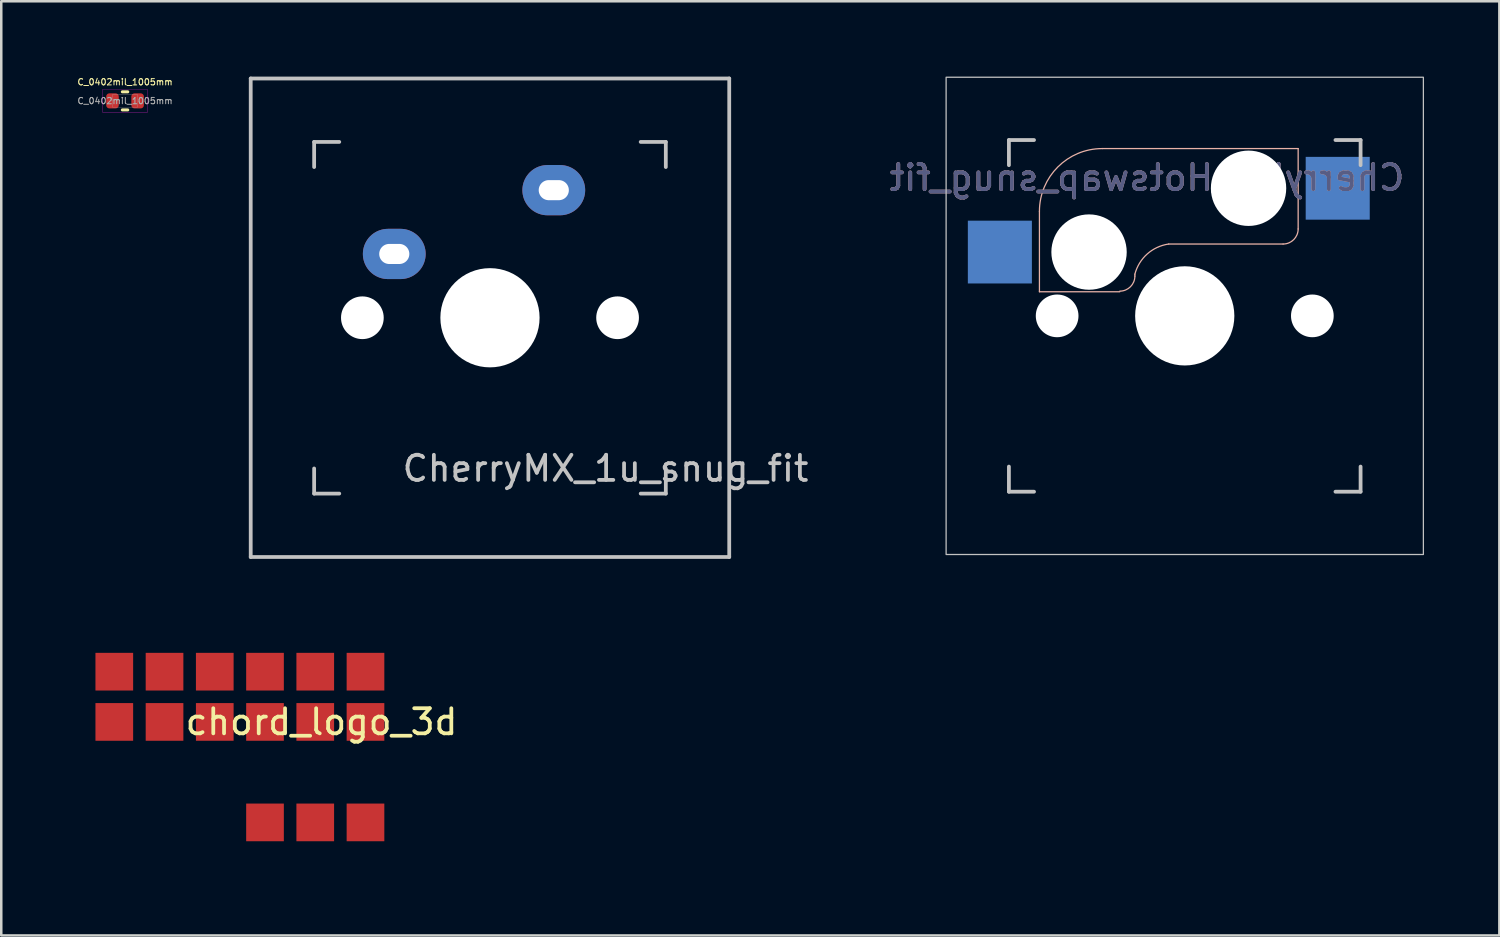
<source format=kicad_pcb>
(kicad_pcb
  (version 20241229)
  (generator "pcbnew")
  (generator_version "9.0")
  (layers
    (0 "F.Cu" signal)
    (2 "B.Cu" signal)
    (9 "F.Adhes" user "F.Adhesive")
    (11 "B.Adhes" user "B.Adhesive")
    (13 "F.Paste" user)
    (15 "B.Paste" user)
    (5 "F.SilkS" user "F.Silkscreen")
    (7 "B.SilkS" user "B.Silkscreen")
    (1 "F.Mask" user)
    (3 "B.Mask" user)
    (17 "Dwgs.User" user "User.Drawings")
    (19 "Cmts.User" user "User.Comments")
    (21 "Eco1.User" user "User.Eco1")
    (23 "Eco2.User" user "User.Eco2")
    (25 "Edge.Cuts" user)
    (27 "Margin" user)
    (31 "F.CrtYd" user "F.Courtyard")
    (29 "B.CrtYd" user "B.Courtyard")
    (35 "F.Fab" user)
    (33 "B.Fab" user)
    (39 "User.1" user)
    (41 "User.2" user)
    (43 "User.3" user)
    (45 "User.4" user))
  (footprint "C_0402mil_1005mm"
    (layer "F.Cu")
    (at 1.928 0.966)
    (property "Reference" "C_0402mil_1005mm" (at 0 -0.75 0) (layer "F.SilkS") (effects (font (size 0.25 0.25) (thickness 0.04))))
    (attr smd)
    (fp_line (start -0.108 -0.36) (end 0.108 -0.36) (stroke (width 0.12) (type solid)) (layer "F.SilkS"))
    (fp_line (start -0.108 0.36) (end 0.108 0.36) (stroke (width 0.12) (type solid)) (layer "F.SilkS"))
    (fp_rect (start -0.9 -0.45) (end 0.9 0.45) (stroke (width 0.01) (type solid)) (fill no) (layer "F.CrtYd"))
    (fp_rect (start -0.5 -0.25) (end 0.5 0.25) (stroke (width 0.01) (type solid)) (fill no) (layer "F.Fab"))
    (fp_text user "${REFERENCE}" (at 0 0 0) (layer "F.Fab") (effects (font (size 0.25 0.25) (thickness 0.04))))
    (pad "1" smd roundrect (at -0.5 0) (size 0.5 0.6) (layers "F.Cu" "F.Mask" "F.Paste") (roundrect_rratio 0.25))
    (pad "2" smd roundrect (at 0.5 0) (size 0.5 0.6) (layers "F.Cu" "F.Mask" "F.Paste") (roundrect_rratio 0.25)))
  (footprint "CherryMX_1u_snug_fit"
    (layer "F.Cu")
    (at 16.456 9.6)
    (property "Reference" "CherryMX_1u_snug_fit" (at 4.6 6 180) (layer "Dwgs.User") (effects (font (size 1 1) (thickness 0.15))))
    (attr through_hole)
    (fp_line (start -9.525 -9.525) (end 9.525 -9.525) (stroke (width 0.15) (type solid)) (layer "Dwgs.User"))
    (fp_line (start -9.525 9.525) (end -9.525 -9.525) (stroke (width 0.15) (type solid)) (layer "Dwgs.User"))
    (fp_line (start -7 -7) (end -6 -7) (stroke (width 0.15) (type solid)) (layer "Dwgs.User"))
    (fp_line (start -7 -6) (end -7 -7) (stroke (width 0.15) (type solid)) (layer "Dwgs.User"))
    (fp_line (start -7 6) (end -7 7) (stroke (width 0.15) (type solid)) (layer "Dwgs.User"))
    (fp_line (start -6 7) (end -7 7) (stroke (width 0.15) (type solid)) (layer "Dwgs.User"))
    (fp_line (start 6 7) (end 7 7) (stroke (width 0.15) (type solid)) (layer "Dwgs.User"))
    (fp_line (start 7 -7) (end 6 -7) (stroke (width 0.15) (type solid)) (layer "Dwgs.User"))
    (fp_line (start 7 -6) (end 7 -7) (stroke (width 0.15) (type solid)) (layer "Dwgs.User"))
    (fp_line (start 7 7) (end 7 6) (stroke (width 0.15) (type solid)) (layer "Dwgs.User"))
    (fp_line (start 9.525 -9.525) (end 9.525 9.525) (stroke (width 0.15) (type solid)) (layer "Dwgs.User"))
    (fp_line (start 9.525 9.525) (end -9.525 9.525) (stroke (width 0.15) (type solid)) (layer "Dwgs.User"))
    (pad "" np_thru_hole circle (at -5.08 0 90) (size 1.7 1.7) (drill 1.7) (layers "*.Cu" "*.Mask"))
    (pad "" np_thru_hole circle (at 0 0 90) (size 3.95 3.95) (drill 3.95) (layers "*.Cu" "*.Mask"))
    (pad "" np_thru_hole circle (at 5.08 0 90) (size 1.7 1.7) (drill 1.7) (layers "*.Cu" "*.Mask"))
    (pad "1" thru_hole oval (at -3.81 -2.54) (size 2.5 2) (drill oval 1.2 0.8) (layers "*.Cu" "B.Mask"))
    (pad "2" thru_hole oval (at 2.54 -5.08) (size 2.5 2) (drill oval 1.2 0.8) (layers "*.Cu" "B.Mask")))
  (footprint "CherryMX_Hotswap_snug_fit"
    (layer "F.Cu")
    (at 44.115 9.525)
    (property "Reference" "CherryMX_Hotswap_snug_fit" (at -1.5 -5.5 0) (layer "B.SilkS") (effects (font (size 1 1) (thickness 0.15)) (justify mirror)))
    (attr through_hole)
    (fp_line (start -5.785 -0.96) (end -5.785 -4.16) (stroke (width 0.05) (type solid)) (layer "B.SilkS"))
    (fp_line (start -3.285 -6.66) (end 4.515 -6.66) (stroke (width 0.05) (type solid)) (layer "B.SilkS"))
    (fp_line (start -2.585 -0.96) (end -5.785 -0.96) (stroke (width 0.05) (type solid)) (layer "B.SilkS"))
    (fp_line (start -1.985 -1.66) (end -1.985 -1.584) (stroke (width 0.05) (type solid)) (layer "B.SilkS"))
    (fp_line (start 3.915 -2.86) (end -0.638 -2.86) (stroke (width 0.05) (type solid)) (layer "B.SilkS"))
    (fp_line (start 4.515 -6.66) (end 4.515 -3.46) (stroke (width 0.05) (type solid)) (layer "B.SilkS"))
    (fp_arc (start -5.785 -4.16) (mid -5.052767 -5.927767) (end -3.285 -6.66) (stroke (width 0.05) (type solid)) (layer "B.SilkS"))
    (fp_arc (start -1.985 -1.584264) (mid -2.160736 -1.16) (end -2.585 -0.984264) (stroke (width 0.05) (type solid)) (layer "B.SilkS"))
    (fp_arc (start -1.984999 -1.66) (mid -1.493137 -2.464008) (end -0.637831 -2.86) (stroke (width 0.05) (type solid)) (layer "B.SilkS"))
    (fp_arc (start 4.515 -3.46) (mid 4.339264 -3.035736) (end 3.915 -2.86) (stroke (width 0.05) (type solid)) (layer "B.SilkS"))
    (fp_line (start -7 -7) (end -6 -7) (stroke (width 0.15) (type solid)) (layer "Dwgs.User"))
    (fp_line (start -7 -6) (end -7 -7) (stroke (width 0.15) (type solid)) (layer "Dwgs.User"))
    (fp_line (start -7 6) (end -7 7) (stroke (width 0.15) (type solid)) (layer "Dwgs.User"))
    (fp_line (start -7 7) (end -6 7) (stroke (width 0.15) (type solid)) (layer "Dwgs.User"))
    (fp_line (start 6 7) (end 7 7) (stroke (width 0.15) (type solid)) (layer "Dwgs.User"))
    (fp_line (start 7 -7) (end 6 -7) (stroke (width 0.15) (type solid)) (layer "Dwgs.User"))
    (fp_line (start 7 -7) (end 7 -6) (stroke (width 0.15) (type solid)) (layer "Dwgs.User"))
    (fp_line (start 7 7) (end 7 6) (stroke (width 0.15) (type solid)) (layer "Dwgs.User"))
    (fp_rect (start -9.5 -9.5) (end 9.5 9.5) (stroke (width 0.05) (type solid)) (fill no) (layer "Dwgs.User"))
    (fp_text user "${REFERENCE}" (at -1.5 -5.5 0) (layer "B.Fab") (effects (font (size 1 1) (thickness 0.15)) (justify mirror)))
    (pad "" np_thru_hole circle (at -5.08 0) (size 1.7 1.7) (drill 1.7) (layers "*.Cu" "*.Mask"))
    (pad "" np_thru_hole circle (at -3.81 -2.54) (size 3 3) (drill 3) (layers "*.Cu" "*.Mask"))
    (pad "" np_thru_hole circle (at 0 0) (size 3.95 3.95) (drill 3.95) (layers "*.Cu" "*.Mask"))
    (pad "" np_thru_hole circle (at 2.54 -5.08) (size 3 3) (drill 3) (layers "*.Cu" "*.Mask"))
    (pad "" np_thru_hole circle (at 5.08 0) (size 1.7 1.7) (drill 1.7) (layers "*.Cu" "*.Mask"))
    (pad "1" smd rect (at -7.36 -2.54) (size 2.55 2.5) (layers "B.Cu" "B.Mask" "B.Paste"))
    (pad "2" smd rect (at 6.09 -5.08) (size 2.55 2.5) (layers "B.Cu" "B.Mask" "B.Paste")))
  (footprint "chord_logo_3d"
    (layer "F.Cu")
    (at 9.75 26.19)
    (property "Reference" "chord_logo_3d" (at 0 -0.5 0) (unlocked yes) (layer "F.SilkS") (effects (font (size 1 1) (thickness 0.15))))
    (attr board_only exclude_from_pos_files exclude_from_bom)
    (fp_poly (pts (xy -9 0.25) (xy -8.5 0.25) (xy -8.5 1) (xy -9.75 1) (xy -9.75 -0.25) (xy -9 -0.25)) (stroke (width 0) (type solid)) (fill yes) (layer "F.Mask"))
    (fp_poly (pts (xy -3 4.25) (xy -2.5 4.25) (xy -2.5 5) (xy -3.75 5) (xy -3.75 3.75) (xy -3 3.75)) (stroke (width 0) (type solid)) (fill yes) (layer "F.Mask"))
    (fp_poly (pts (xy -9 -1.25) (xy -9 -1) (xy -9.75 -1) (xy -9.75 -2.25) (xy -9 -2.25) (xy -9 -1.75) (xy -8.5 -1.75) (xy -8.5 -1.25)) (stroke (width 0) (type solid)) (fill yes) (layer "F.Mask"))
    (fp_poly (pts (xy -7 0.25) (xy -6.5 0.25) (xy -6.5 1) (xy -7.75 1) (xy -7.75 0.25) (xy -7.5 0.25) (xy -7.5 -0.25) (xy -7 -0.25)) (stroke (width 0) (type solid)) (fill yes) (layer "F.Mask"))
    (fp_poly (pts (xy -5 0.25) (xy -4.5 0.25) (xy -4.5 1) (xy -5.75 1) (xy -5.75 0.25) (xy -5.5 0.25) (xy -5.5 -0.25) (xy -5 -0.25)) (stroke (width 0) (type solid)) (fill yes) (layer "F.Mask"))
    (fp_poly (pts (xy -3 0.25) (xy -2.5 0.25) (xy -2.5 1) (xy -3.75 1) (xy -3.75 0.25) (xy -3.5 0.25) (xy -3.5 -0.25) (xy -3 -0.25)) (stroke (width 0) (type solid)) (fill yes) (layer "F.Mask"))
    (fp_poly (pts (xy -1 0.25) (xy -0.5 0.25) (xy -0.5 1) (xy -1.75 1) (xy -1.75 0.25) (xy -1.5 0.25) (xy -1.5 -0.25) (xy -1 -0.25)) (stroke (width 0) (type solid)) (fill yes) (layer "F.Mask"))
    (fp_poly (pts (xy -1 4.25) (xy -0.5 4.25) (xy -0.5 5) (xy -1.75 5) (xy -1.75 4.25) (xy -1.5 4.25) (xy -1.5 3.75) (xy -1 3.75)) (stroke (width 0) (type solid)) (fill yes) (layer "F.Mask"))
    (fp_poly (pts (xy 1 0.25) (xy 1.5 0.25) (xy 1.5 1) (xy 0.25 1) (xy 0.25 0.25) (xy 0.5 0.25) (xy 0.5 -0.25) (xy 1 -0.25)) (stroke (width 0) (type solid)) (fill yes) (layer "F.Mask"))
    (fp_poly (pts (xy 1 4.25) (xy 1.5 4.25) (xy 1.5 5) (xy 0.25 5) (xy 0.25 4.25) (xy 0.5 4.25) (xy 0.5 3.75) (xy 1 3.75)) (stroke (width 0) (type solid)) (fill yes) (layer "F.Mask"))
    (fp_poly (pts (xy -7 -1.75) (xy -6.5 -1.75) (xy -6.5 -1.25) (xy -7 -1.25) (xy -7 -1) (xy -7.5 -1) (xy -7.5 -1.25) (xy -7.75 -1.25) (xy -7.75 -1.75) (xy -7.5 -1.75) (xy -7.5 -2.25) (xy -7 -2.25)) (stroke (width 0) (type solid)) (fill yes) (layer "F.Mask"))
    (fp_poly (pts (xy -5 -1.75) (xy -4.5 -1.75) (xy -4.5 -1.25) (xy -5 -1.25) (xy -5 -1) (xy -5.5 -1) (xy -5.5 -1.25) (xy -5.75 -1.25) (xy -5.75 -1.75) (xy -5.5 -1.75) (xy -5.5 -2.25) (xy -5 -2.25)) (stroke (width 0) (type solid)) (fill yes) (layer "F.Mask"))
    (fp_poly (pts (xy -3 -1.75) (xy -2.5 -1.75) (xy -2.5 -1.25) (xy -3 -1.25) (xy -3 -1) (xy -3.5 -1) (xy -3.5 -1.25) (xy -3.75 -1.25) (xy -3.75 -1.75) (xy -3.5 -1.75) (xy -3.5 -2.25) (xy -3 -2.25)) (stroke (width 0) (type solid)) (fill yes) (layer "F.Mask"))
    (fp_poly (pts (xy -1 -1.75) (xy -0.5 -1.75) (xy -0.5 -1.25) (xy -1 -1.25) (xy -1 -1) (xy -1.5 -1) (xy -1.5 -1.25) (xy -1.75 -1.25) (xy -1.75 -1.75) (xy -1.5 -1.75) (xy -1.5 -2.25) (xy -1 -2.25)) (stroke (width 0) (type solid)) (fill yes) (layer "F.Mask"))
    (fp_poly (pts (xy 1 -1.75) (xy 1.5 -1.75) (xy 1.5 -1.25) (xy 1 -1.25) (xy 1 -1) (xy 0.5 -1) (xy 0.5 -1.25) (xy 0.25 -1.25) (xy 0.25 -1.75) (xy 0.5 -1.75) (xy 0.5 -2.25) (xy 1 -2.25)) (stroke (width 0) (type solid)) (fill yes) (layer "F.Mask"))
    (fp_text user "CHORD ZERO" (at 18.072 -1.357 0) (unlocked yes) (layer "F.Mask") (effects (font (size 3 3) (thickness 0.5))))
    (pad "1" smd rect (at -8.25 -2.5) (size 1.5 1.5) (layers "F.Cu" "F.Mask" "F.Paste"))
    (pad "1" smd rect (at -8.25 -0.5) (size 1.5 1.5) (layers "F.Cu" "F.Mask" "F.Paste"))
    (pad "1" smd rect (at -6.25 -2.5) (size 1.5 1.5) (layers "F.Cu" "F.Mask" "F.Paste"))
    (pad "1" smd rect (at -6.25 -0.5) (size 1.5 1.5) (layers "F.Cu" "F.Mask" "F.Paste"))
    (pad "1" smd rect (at -4.25 -2.5) (size 1.5 1.5) (layers "F.Cu" "F.Mask" "F.Paste"))
    (pad "1" smd rect (at -4.25 -0.5) (size 1.5 1.5) (layers "F.Cu" "F.Mask" "F.Paste"))
    (pad "1" smd rect (at -2.25 -2.5) (size 1.5 1.5) (layers "F.Cu" "F.Mask" "F.Paste"))
    (pad "1" smd rect (at -2.25 -0.5) (size 1.5 1.5) (layers "F.Cu" "F.Mask" "F.Paste"))
    (pad "1" smd rect (at -2.25 3.5) (size 1.5 1.5) (layers "F.Cu" "F.Mask" "F.Paste"))
    (pad "1" smd rect (at -0.25 -2.5) (size 1.5 1.5) (layers "F.Cu" "F.Mask" "F.Paste"))
    (pad "1" smd rect (at -0.25 -0.5) (size 1.5 1.5) (layers "F.Cu" "F.Mask" "F.Paste"))
    (pad "1" smd rect (at -0.25 3.5) (size 1.5 1.5) (layers "F.Cu" "F.Mask" "F.Paste"))
    (pad "1" smd rect (at 1.75 -2.5) (size 1.5 1.5) (layers "F.Cu" "F.Mask" "F.Paste"))
    (pad "1" smd rect (at 1.75 -0.5) (size 1.5 1.5) (layers "F.Cu" "F.Mask" "F.Paste"))
    (pad "1" smd rect (at 1.75 3.5) (size 1.5 1.5) (layers "F.Cu" "F.Mask" "F.Paste"))
    (zone (net_name "") (layer "F.Cu") (hatch edge 0.508) (connect_pads) (min_thickness 0.254) (filled_areas_thickness no) (keepout (tracks allowed) (vias allowed) (pads allowed) (copperpour not_allowed) (footprints allowed)) (placement (enabled no)) (fill) (polygon (pts (xy 0.75 24.94) (xy 0.75 25.19) (xy 0 25.19) (xy 0 23.94) (xy 0.75 23.94) (xy 0.75 24.44) (xy 1.25 24.44) (xy 1.25 24.94))))
    (zone (net_name "") (layer "F.Cu") (hatch edge 0.508) (connect_pads) (min_thickness 0.254) (filled_areas_thickness no) (keepout (tracks allowed) (vias allowed) (pads allowed) (copperpour not_allowed) (footprints allowed)) (placement (enabled no)) (fill) (polygon (pts (xy 2.75 26.44) (xy 3.25 26.44) (xy 3.25 27.19) (xy 2 27.19) (xy 2 26.44) (xy 2.25 26.44) (xy 2.25 25.94) (xy 2.75 25.94))))
    (zone (net_name "") (layer "F.Cu") (hatch edge 0.508) (connect_pads) (min_thickness 0.254) (filled_areas_thickness no) (keepout (tracks allowed) (vias allowed) (pads allowed) (copperpour not_allowed) (footprints allowed)) (placement (enabled no)) (fill) (polygon (pts (xy 4.75 26.44) (xy 5.25 26.44) (xy 5.25 27.19) (xy 4 27.19) (xy 4 26.44) (xy 4.25 26.44) (xy 4.25 25.94) (xy 4.75 25.94))))
    (zone (net_name "") (layer "F.Cu") (hatch edge 0.508) (connect_pads) (min_thickness 0.254) (filled_areas_thickness no) (keepout (tracks allowed) (vias allowed) (pads allowed) (copperpour not_allowed) (footprints allowed)) (placement (enabled no)) (fill) (polygon (pts (xy 6.75 26.44) (xy 7.25 26.44) (xy 7.25 27.19) (xy 6 27.19) (xy 6 26.44) (xy 6.25 26.44) (xy 6.25 25.94) (xy 6.75 25.94))))
    (zone (net_name "") (layer "F.Cu") (hatch edge 0.508) (connect_pads) (min_thickness 0.254) (filled_areas_thickness no) (keepout (tracks allowed) (vias allowed) (pads allowed) (copperpour not_allowed) (footprints allowed)) (placement (enabled no)) (fill) (polygon (pts (xy 8.75 26.44) (xy 9.25 26.44) (xy 9.25 27.19) (xy 8 27.19) (xy 8 26.44) (xy 8.25 26.44) (xy 8.25 25.94) (xy 8.75 25.94))))
    (zone (net_name "") (layer "F.Cu") (hatch edge 0.508) (connect_pads) (min_thickness 0.254) (filled_areas_thickness no) (keepout (tracks allowed) (vias allowed) (pads allowed) (copperpour not_allowed) (footprints allowed)) (placement (enabled no)) (fill) (polygon (pts (xy 8.75 30.44) (xy 9.25 30.44) (xy 9.25 31.19) (xy 8 31.19) (xy 8 30.44) (xy 8.25 30.44) (xy 8.25 29.94) (xy 8.75 29.94))))
    (zone (net_name "") (layer "F.Cu") (hatch edge 0.508) (connect_pads) (min_thickness 0.254) (filled_areas_thickness no) (keepout (tracks allowed) (vias allowed) (pads allowed) (copperpour not_allowed) (footprints allowed)) (placement (enabled no)) (fill) (polygon (pts (xy 10.75 26.44) (xy 11.25 26.44) (xy 11.25 27.19) (xy 10 27.19) (xy 10 26.44) (xy 10.25 26.44) (xy 10.25 25.94) (xy 10.75 25.94))))
    (zone (net_name "") (layer "F.Cu") (hatch edge 0.508) (connect_pads) (min_thickness 0.254) (filled_areas_thickness no) (keepout (tracks allowed) (vias allowed) (pads allowed) (copperpour not_allowed) (footprints allowed)) (placement (enabled no)) (fill) (polygon (pts (xy 10.75 30.44) (xy 11.25 30.44) (xy 11.25 31.19) (xy 10 31.19) (xy 10 30.44) (xy 10.25 30.44) (xy 10.25 29.94) (xy 10.75 29.94))))
    (zone (net_name "") (layer "F.Cu") (hatch edge 0.508) (connect_pads) (min_thickness 0.254) (filled_areas_thickness no) (keepout (tracks allowed) (vias allowed) (pads allowed) (copperpour not_allowed) (footprints allowed)) (placement (enabled no)) (fill) (polygon (pts (xy 2.75 24.44) (xy 3.25 24.44) (xy 3.25 24.94) (xy 2.75 24.94) (xy 2.75 25.19) (xy 2.25 25.19) (xy 2.25 24.94) (xy 2 24.94) (xy 2 24.44) (xy 2.25 24.44) (xy 2.25 23.94) (xy 2.75 23.94))))
    (zone (net_name "") (layer "F.Cu") (hatch edge 0.508) (connect_pads) (min_thickness 0.254) (filled_areas_thickness no) (keepout (tracks allowed) (vias allowed) (pads allowed) (copperpour not_allowed) (footprints allowed)) (placement (enabled no)) (fill) (polygon (pts (xy 4.75 24.44) (xy 5.25 24.44) (xy 5.25 24.94) (xy 4.75 24.94) (xy 4.75 25.19) (xy 4.25 25.19) (xy 4.25 24.94) (xy 4 24.94) (xy 4 24.44) (xy 4.25 24.44) (xy 4.25 23.94) (xy 4.75 23.94))))
    (zone (net_name "") (layer "F.Cu") (hatch edge 0.508) (connect_pads) (min_thickness 0.254) (filled_areas_thickness no) (keepout (tracks allowed) (vias allowed) (pads allowed) (copperpour not_allowed) (footprints allowed)) (placement (enabled no)) (fill) (polygon (pts (xy 6.75 24.44) (xy 7.25 24.44) (xy 7.25 24.94) (xy 6.75 24.94) (xy 6.75 25.19) (xy 6.25 25.19) (xy 6.25 24.94) (xy 6 24.94) (xy 6 24.44) (xy 6.25 24.44) (xy 6.25 23.94) (xy 6.75 23.94))))
    (zone (net_name "") (layer "F.Cu") (hatch edge 0.508) (connect_pads) (min_thickness 0.254) (filled_areas_thickness no) (keepout (tracks allowed) (vias allowed) (pads allowed) (copperpour not_allowed) (footprints allowed)) (placement (enabled no)) (fill) (polygon (pts (xy 8.75 24.44) (xy 9.25 24.44) (xy 9.25 24.94) (xy 8.75 24.94) (xy 8.75 25.19) (xy 8.25 25.19) (xy 8.25 24.94) (xy 8 24.94) (xy 8 24.44) (xy 8.25 24.44) (xy 8.25 23.94) (xy 8.75 23.94))))
    (zone (net_name "") (layer "F.Cu") (hatch edge 0.508) (connect_pads) (min_thickness 0.254) (filled_areas_thickness no) (keepout (tracks allowed) (vias allowed) (pads allowed) (copperpour not_allowed) (footprints allowed)) (placement (enabled no)) (fill) (polygon (pts (xy 10.75 24.44) (xy 11.25 24.44) (xy 11.25 24.94) (xy 10.75 24.94) (xy 10.75 25.19) (xy 10.25 25.19) (xy 10.25 24.94) (xy 10 24.94) (xy 10 24.44) (xy 10.25 24.44) (xy 10.25 23.94) (xy 10.75 23.94))))
    (zone (net_name "") (layers "F.Cu" "F.SilkS") (hatch edge 0.508) (connect_pads) (min_thickness 0.254) (filled_areas_thickness no) (keepout (tracks allowed) (vias allowed) (pads allowed) (copperpour not_allowed) (footprints allowed)) (placement (enabled no)) (fill) (polygon (pts (xy 0.75 26.44) (xy 1.25 26.44) (xy 1.25 27.19) (xy 0 27.19) (xy 0 25.94) (xy 0.75 25.94))))
    (zone (net_name "") (layers "F.Cu" "F.SilkS") (hatch edge 0.508) (connect_pads) (min_thickness 0.254) (filled_areas_thickness no) (keepout (tracks allowed) (vias allowed) (pads allowed) (copperpour not_allowed) (footprints allowed)) (placement (enabled no)) (fill) (polygon (pts (xy 6.75 30.44) (xy 7.25 30.44) (xy 7.25 31.19) (xy 6 31.19) (xy 6 29.94) (xy 6.75 29.94)))))
  (gr_rect
    (start -3 -3)
    (end 56.64 34.19)
    (stroke (width 0.1) (type default))
    (fill no)
    (layer "Edge.Cuts")))
</source>
